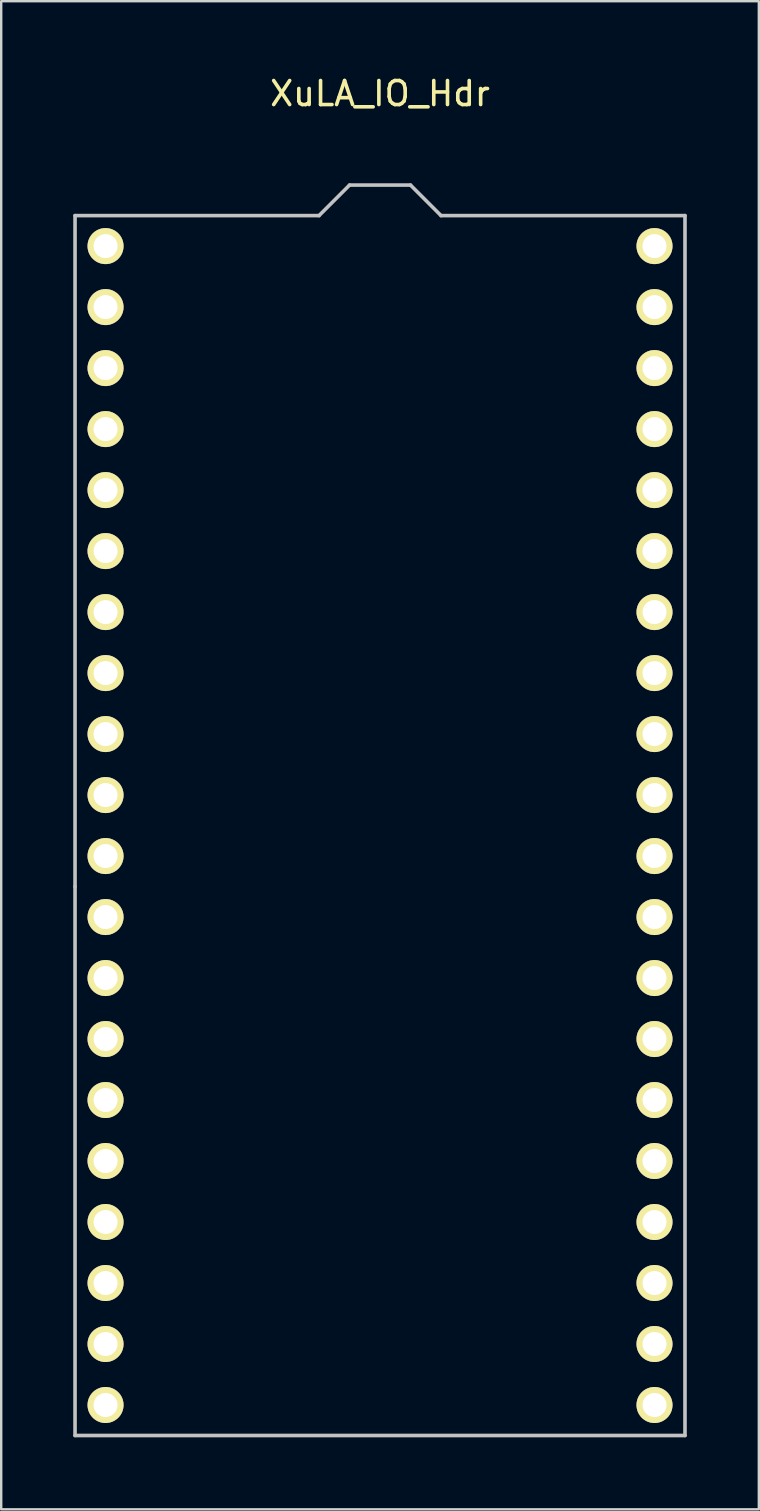
<source format=kicad_pcb>
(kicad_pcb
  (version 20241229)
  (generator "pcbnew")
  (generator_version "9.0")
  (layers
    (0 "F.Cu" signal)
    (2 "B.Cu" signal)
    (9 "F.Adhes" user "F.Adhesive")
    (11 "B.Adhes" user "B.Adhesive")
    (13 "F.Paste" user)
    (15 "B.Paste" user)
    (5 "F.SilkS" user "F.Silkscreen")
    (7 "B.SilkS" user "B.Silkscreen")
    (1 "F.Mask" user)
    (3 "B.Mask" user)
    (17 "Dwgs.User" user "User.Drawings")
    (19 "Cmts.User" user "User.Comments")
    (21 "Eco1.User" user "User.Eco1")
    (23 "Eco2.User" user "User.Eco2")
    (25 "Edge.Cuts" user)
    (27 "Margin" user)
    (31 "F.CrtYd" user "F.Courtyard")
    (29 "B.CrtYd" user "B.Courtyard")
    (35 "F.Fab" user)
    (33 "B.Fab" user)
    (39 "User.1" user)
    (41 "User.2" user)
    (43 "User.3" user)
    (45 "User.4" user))
  (footprint "XuLA_IO_Hdr"
    (layer "F.Cu")
    (at 1.345 7.198)
    (property "Reference" "XuLA_IO_Hdr" (at 11.43 -6.35 0) (layer "F.SilkS") (effects (font (size 1 1) (thickness 0.15))))
    (attr through_hole)
    (fp_line (start -1.27 -1.27) (end -1.27 26.67) (stroke (width 0.15) (type solid)) (layer "Dwgs.User"))
    (fp_line (start -1.27 26.67) (end -1.27 49.53) (stroke (width 0.15) (type solid)) (layer "Dwgs.User"))
    (fp_line (start -1.27 49.53) (end 24.13 49.53) (stroke (width 0.15) (type solid)) (layer "Dwgs.User"))
    (fp_line (start 8.89 -1.27) (end -1.27 -1.27) (stroke (width 0.15) (type solid)) (layer "Dwgs.User"))
    (fp_line (start 10.16 -2.54) (end 8.89 -1.27) (stroke (width 0.15) (type solid)) (layer "Dwgs.User"))
    (fp_line (start 12.7 -2.54) (end 10.16 -2.54) (stroke (width 0.15) (type solid)) (layer "Dwgs.User"))
    (fp_line (start 13.97 -1.27) (end 12.7 -2.54) (stroke (width 0.15) (type solid)) (layer "Dwgs.User"))
    (fp_line (start 24.13 -1.27) (end 13.97 -1.27) (stroke (width 0.15) (type solid)) (layer "Dwgs.User"))
    (fp_line (start 24.13 49.53) (end 24.13 -1.27) (stroke (width 0.15) (type solid)) (layer "Dwgs.User"))
    (pad "1" thru_hole circle (at 0 0) (size 1.5 1.5) (drill 1) (layers "*.Cu" "*.Mask" "F.SilkS"))
    (pad "2" thru_hole circle (at 0 2.54) (size 1.5 1.5) (drill 1) (layers "*.Cu" "*.Mask" "F.SilkS"))
    (pad "3" thru_hole circle (at 0 5.08) (size 1.5 1.5) (drill 1) (layers "*.Cu" "*.Mask" "F.SilkS"))
    (pad "4" thru_hole circle (at 0 7.62) (size 1.5 1.5) (drill 1) (layers "*.Cu" "*.Mask" "F.SilkS"))
    (pad "5" thru_hole circle (at 0 10.16) (size 1.5 1.5) (drill 1) (layers "*.Cu" "*.Mask" "F.SilkS"))
    (pad "6" thru_hole circle (at 0 12.7) (size 1.5 1.5) (drill 1) (layers "*.Cu" "*.Mask" "F.SilkS"))
    (pad "7" thru_hole circle (at 0 15.24) (size 1.5 1.5) (drill 1) (layers "*.Cu" "*.Mask" "F.SilkS"))
    (pad "8" thru_hole circle (at 0 17.78) (size 1.5 1.5) (drill 1) (layers "*.Cu" "*.Mask" "F.SilkS"))
    (pad "9" thru_hole circle (at 0 20.32) (size 1.5 1.5) (drill 1) (layers "*.Cu" "*.Mask" "F.SilkS"))
    (pad "10" thru_hole circle (at 0 22.86) (size 1.5 1.5) (drill 1) (layers "*.Cu" "*.Mask" "F.SilkS"))
    (pad "11" thru_hole circle (at 0 25.4) (size 1.5 1.5) (drill 1) (layers "*.Cu" "*.Mask" "F.SilkS"))
    (pad "12" thru_hole circle (at 0 27.94) (size 1.5 1.5) (drill 1) (layers "*.Cu" "*.Mask" "F.SilkS"))
    (pad "13" thru_hole circle (at 0 30.48) (size 1.5 1.5) (drill 1) (layers "*.Cu" "*.Mask" "F.SilkS"))
    (pad "14" thru_hole circle (at 0 33.02) (size 1.5 1.5) (drill 1) (layers "*.Cu" "*.Mask" "F.SilkS"))
    (pad "15" thru_hole circle (at 0 35.56) (size 1.5 1.5) (drill 1) (layers "*.Cu" "*.Mask" "F.SilkS"))
    (pad "16" thru_hole circle (at 0 38.1) (size 1.5 1.5) (drill 1) (layers "*.Cu" "*.Mask" "F.SilkS"))
    (pad "17" thru_hole circle (at 0 40.64) (size 1.5 1.5) (drill 1) (layers "*.Cu" "*.Mask" "F.SilkS"))
    (pad "18" thru_hole circle (at 0 43.18) (size 1.5 1.5) (drill 1) (layers "*.Cu" "*.Mask" "F.SilkS"))
    (pad "19" thru_hole circle (at 0 45.72) (size 1.5 1.5) (drill 1) (layers "*.Cu" "*.Mask" "F.SilkS"))
    (pad "20" thru_hole circle (at 0 48.26) (size 1.5 1.5) (drill 1) (layers "*.Cu" "*.Mask" "F.SilkS"))
    (pad "21" thru_hole circle (at 22.86 48.26) (size 1.5 1.5) (drill 1) (layers "*.Cu" "*.Mask" "F.SilkS"))
    (pad "22" thru_hole circle (at 22.86 45.72) (size 1.5 1.5) (drill 1) (layers "*.Cu" "*.Mask" "F.SilkS"))
    (pad "23" thru_hole circle (at 22.86 43.18) (size 1.5 1.5) (drill 1) (layers "*.Cu" "*.Mask" "F.SilkS"))
    (pad "24" thru_hole circle (at 22.86 40.64) (size 1.5 1.5) (drill 1) (layers "*.Cu" "*.Mask" "F.SilkS"))
    (pad "25" thru_hole circle (at 22.86 38.1) (size 1.5 1.5) (drill 1) (layers "*.Cu" "*.Mask" "F.SilkS"))
    (pad "26" thru_hole circle (at 22.86 35.56) (size 1.5 1.5) (drill 1) (layers "*.Cu" "*.Mask" "F.SilkS"))
    (pad "27" thru_hole circle (at 22.86 33.02) (size 1.5 1.5) (drill 1) (layers "*.Cu" "*.Mask" "F.SilkS"))
    (pad "28" thru_hole circle (at 22.86 30.48) (size 1.5 1.5) (drill 1) (layers "*.Cu" "*.Mask" "F.SilkS"))
    (pad "29" thru_hole circle (at 22.86 27.94) (size 1.5 1.5) (drill 1) (layers "*.Cu" "*.Mask" "F.SilkS"))
    (pad "30" thru_hole circle (at 22.86 25.4) (size 1.5 1.5) (drill 1) (layers "*.Cu" "*.Mask" "F.SilkS"))
    (pad "31" thru_hole circle (at 22.86 22.86) (size 1.5 1.5) (drill 1) (layers "*.Cu" "*.Mask" "F.SilkS"))
    (pad "32" thru_hole circle (at 22.86 20.32) (size 1.5 1.5) (drill 1) (layers "*.Cu" "*.Mask" "F.SilkS"))
    (pad "33" thru_hole circle (at 22.86 17.78) (size 1.5 1.5) (drill 1) (layers "*.Cu" "*.Mask" "F.SilkS"))
    (pad "34" thru_hole circle (at 22.86 15.24) (size 1.5 1.5) (drill 1) (layers "*.Cu" "*.Mask" "F.SilkS"))
    (pad "35" thru_hole circle (at 22.86 12.7) (size 1.5 1.5) (drill 1) (layers "*.Cu" "*.Mask" "F.SilkS"))
    (pad "36" thru_hole circle (at 22.86 10.16) (size 1.5 1.5) (drill 1) (layers "*.Cu" "*.Mask" "F.SilkS"))
    (pad "37" thru_hole circle (at 22.86 7.62) (size 1.5 1.5) (drill 1) (layers "*.Cu" "*.Mask" "F.SilkS"))
    (pad "38" thru_hole circle (at 22.86 5.08) (size 1.5 1.5) (drill 1) (layers "*.Cu" "*.Mask" "F.SilkS"))
    (pad "39" thru_hole circle (at 22.86 2.54) (size 1.5 1.5) (drill 1) (layers "*.Cu" "*.Mask" "F.SilkS"))
    (pad "40" thru_hole circle (at 22.86 0) (size 1.5 1.5) (drill 1) (layers "*.Cu" "*.Mask" "F.SilkS")))
  (gr_rect
    (start -3 -3)
    (end 28.55 59.803)
    (stroke (width 0.1) (type default))
    (fill no)
    (layer "Edge.Cuts")))
</source>
